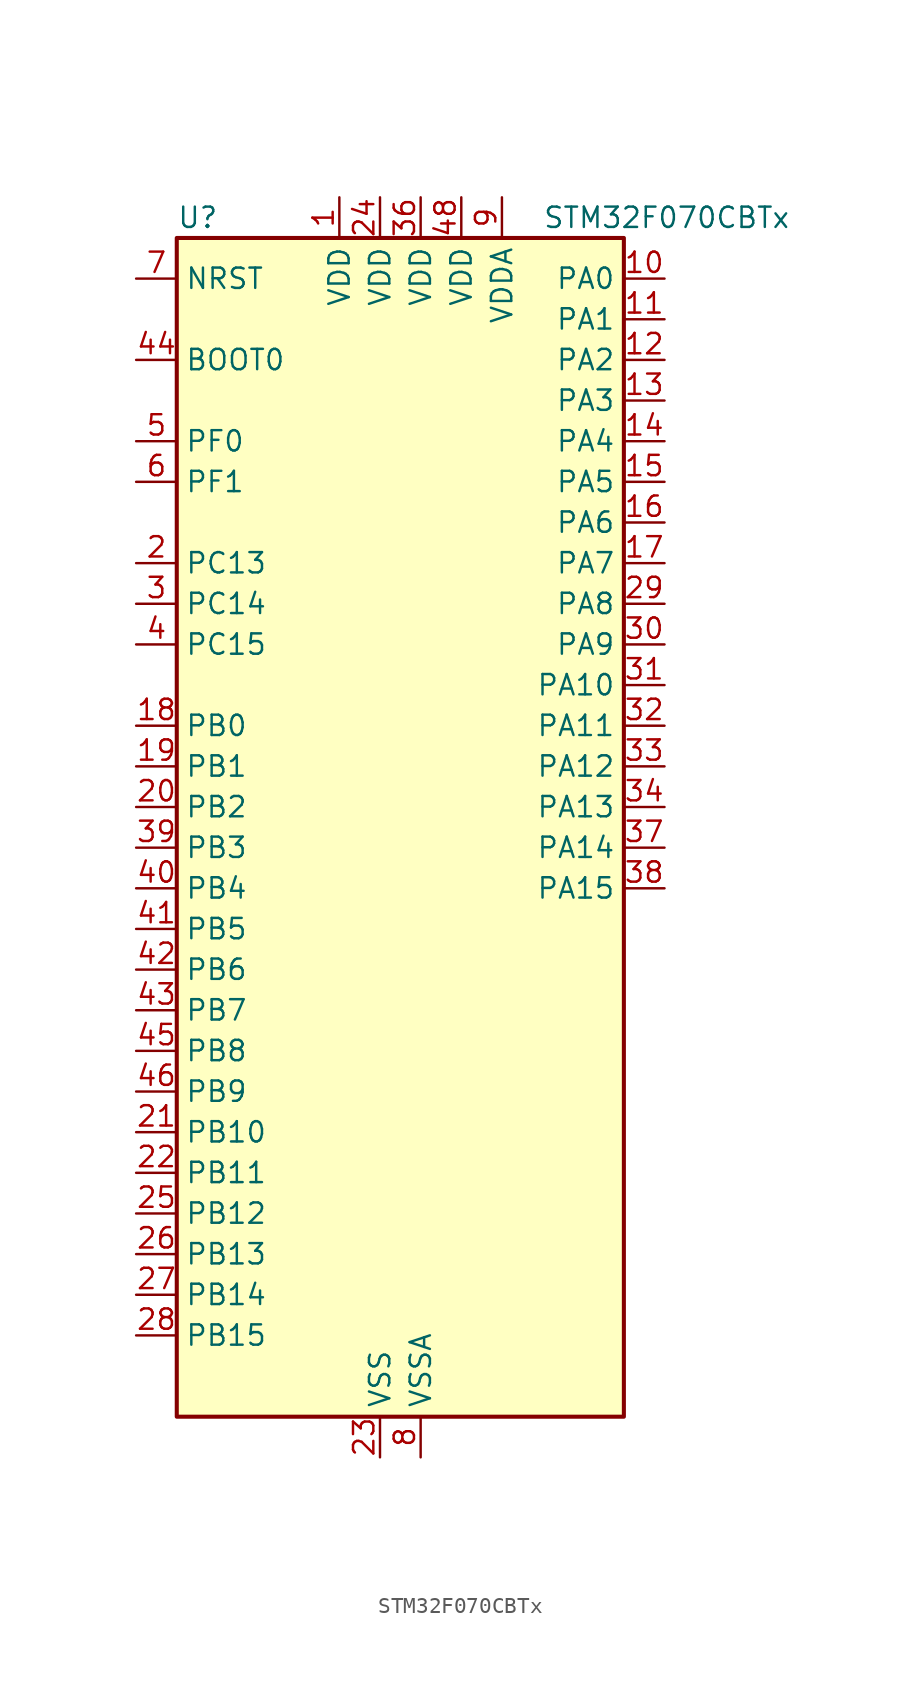
<source format=kicad_sym>
(kicad_symbol_lib
  (version 20231120)
  (generator "kicad_symbol_editor")
  (generator_version "8.0")
  (symbol "STM32F070CBTx"
    (property "Reference" "U"
      (at -12.7 39.37 0)
      (effects (font (size 1.27 1.27)) (justify left)))
    (property "Value" "STM32F070CBTx"
      (at 10.16 39.37 0)
      (effects (font (size 1.27 1.27)) (justify left)))
    (property "ki_locked" ""
      (at 0 0 0)
      (effects (font (size 1.27 1.27))))
    (symbol "STM32F070CBTx_0_1"
      (rectangle (start -12.7 -35.56) (end 15.24 38.1) (stroke (width 0.254) (type default)) (fill (type background))))
    (symbol "STM32F070CBTx_1_1"
      (pin power_in line (at -2.54 40.64 270) (length 2.54) (name "VDD" (effects (font (size 1.27 1.27)))) (number "1" (effects (font (size 1.27 1.27)))))
      (pin bidirectional line (at 17.78 35.56 180) (length 2.54) (name "PA0" (effects (font (size 1.27 1.27)))) (number "10" (effects (font (size 1.27 1.27)))) (alternate "ADC_IN0" bidirectional line) (alternate "RTC_TAMP2" bidirectional line) (alternate "SYS_WKUP1" bidirectional line) (alternate "USART2_CTS" bidirectional line) (alternate "USART4_TX" bidirectional line))
      (pin bidirectional line (at 17.78 33.02 180) (length 2.54) (name "PA1" (effects (font (size 1.27 1.27)))) (number "11" (effects (font (size 1.27 1.27)))) (alternate "ADC_IN1" bidirectional line) (alternate "TIM15_CH1N" bidirectional line) (alternate "USART2_DE" bidirectional line) (alternate "USART2_RTS" bidirectional line) (alternate "USART4_RX" bidirectional line))
      (pin bidirectional line (at 17.78 30.48 180) (length 2.54) (name "PA2" (effects (font (size 1.27 1.27)))) (number "12" (effects (font (size 1.27 1.27)))) (alternate "ADC_IN2" bidirectional line) (alternate "SYS_WKUP4" bidirectional line) (alternate "TIM15_CH1" bidirectional line) (alternate "USART2_TX" bidirectional line))
      (pin bidirectional line (at 17.78 27.94 180) (length 2.54) (name "PA3" (effects (font (size 1.27 1.27)))) (number "13" (effects (font (size 1.27 1.27)))) (alternate "ADC_IN3" bidirectional line) (alternate "TIM15_CH2" bidirectional line) (alternate "USART2_RX" bidirectional line))
      (pin bidirectional line (at 17.78 25.4 180) (length 2.54) (name "PA4" (effects (font (size 1.27 1.27)))) (number "14" (effects (font (size 1.27 1.27)))) (alternate "ADC_IN4" bidirectional line) (alternate "SPI1_NSS" bidirectional line) (alternate "TIM14_CH1" bidirectional line) (alternate "USART2_CK" bidirectional line))
      (pin bidirectional line (at 17.78 22.86 180) (length 2.54) (name "PA5" (effects (font (size 1.27 1.27)))) (number "15" (effects (font (size 1.27 1.27)))) (alternate "ADC_IN5" bidirectional line) (alternate "SPI1_SCK" bidirectional line))
      (pin bidirectional line (at 17.78 20.32 180) (length 2.54) (name "PA6" (effects (font (size 1.27 1.27)))) (number "16" (effects (font (size 1.27 1.27)))) (alternate "ADC_IN6" bidirectional line) (alternate "SPI1_MISO" bidirectional line) (alternate "TIM16_CH1" bidirectional line) (alternate "TIM1_BKIN" bidirectional line) (alternate "TIM3_CH1" bidirectional line) (alternate "USART3_CTS" bidirectional line))
      (pin bidirectional line (at 17.78 17.78 180) (length 2.54) (name "PA7" (effects (font (size 1.27 1.27)))) (number "17" (effects (font (size 1.27 1.27)))) (alternate "ADC_IN7" bidirectional line) (alternate "SPI1_MOSI" bidirectional line) (alternate "TIM14_CH1" bidirectional line) (alternate "TIM17_CH1" bidirectional line) (alternate "TIM1_CH1N" bidirectional line) (alternate "TIM3_CH2" bidirectional line))
      (pin bidirectional line (at -15.24 7.62 0) (length 2.54) (name "PB0" (effects (font (size 1.27 1.27)))) (number "18" (effects (font (size 1.27 1.27)))) (alternate "ADC_IN8" bidirectional line) (alternate "TIM1_CH2N" bidirectional line) (alternate "TIM3_CH3" bidirectional line) (alternate "USART3_CK" bidirectional line))
      (pin bidirectional line (at -15.24 5.08 0) (length 2.54) (name "PB1" (effects (font (size 1.27 1.27)))) (number "19" (effects (font (size 1.27 1.27)))) (alternate "ADC_IN9" bidirectional line) (alternate "TIM14_CH1" bidirectional line) (alternate "TIM1_CH3N" bidirectional line) (alternate "TIM3_CH4" bidirectional line) (alternate "USART3_DE" bidirectional line) (alternate "USART3_RTS" bidirectional line))
      (pin bidirectional line (at -15.24 17.78 0) (length 2.54) (name "PC13" (effects (font (size 1.27 1.27)))) (number "2" (effects (font (size 1.27 1.27)))) (alternate "RTC_OUT_ALARM" bidirectional line) (alternate "RTC_OUT_CALIB" bidirectional line) (alternate "RTC_TAMP1" bidirectional line) (alternate "RTC_TS" bidirectional line) (alternate "SYS_WKUP2" bidirectional line))
      (pin bidirectional line (at -15.24 2.54 0) (length 2.54) (name "PB2" (effects (font (size 1.27 1.27)))) (number "20" (effects (font (size 1.27 1.27)))))
      (pin bidirectional line (at -15.24 -17.78 0) (length 2.54) (name "PB10" (effects (font (size 1.27 1.27)))) (number "21" (effects (font (size 1.27 1.27)))) (alternate "I2C2_SCL" bidirectional line) (alternate "SPI2_SCK" bidirectional line) (alternate "USART3_TX" bidirectional line))
      (pin bidirectional line (at -15.24 -20.32 0) (length 2.54) (name "PB11" (effects (font (size 1.27 1.27)))) (number "22" (effects (font (size 1.27 1.27)))) (alternate "I2C2_SDA" bidirectional line) (alternate "USART3_RX" bidirectional line))
      (pin power_in line (at 0 -38.1 90) (length 2.54) (name "VSS" (effects (font (size 1.27 1.27)))) (number "23" (effects (font (size 1.27 1.27)))))
      (pin power_in line (at 0 40.64 270) (length 2.54) (name "VDD" (effects (font (size 1.27 1.27)))) (number "24" (effects (font (size 1.27 1.27)))))
      (pin bidirectional line (at -15.24 -22.86 0) (length 2.54) (name "PB12" (effects (font (size 1.27 1.27)))) (number "25" (effects (font (size 1.27 1.27)))) (alternate "SPI2_NSS" bidirectional line) (alternate "TIM15_BKIN" bidirectional line) (alternate "TIM1_BKIN" bidirectional line) (alternate "USART3_CK" bidirectional line))
      (pin bidirectional line (at -15.24 -25.4 0) (length 2.54) (name "PB13" (effects (font (size 1.27 1.27)))) (number "26" (effects (font (size 1.27 1.27)))) (alternate "I2C2_SCL" bidirectional line) (alternate "SPI2_SCK" bidirectional line) (alternate "TIM1_CH1N" bidirectional line) (alternate "USART3_CTS" bidirectional line))
      (pin bidirectional line (at -15.24 -27.94 0) (length 2.54) (name "PB14" (effects (font (size 1.27 1.27)))) (number "27" (effects (font (size 1.27 1.27)))) (alternate "I2C2_SDA" bidirectional line) (alternate "SPI2_MISO" bidirectional line) (alternate "TIM15_CH1" bidirectional line) (alternate "TIM1_CH2N" bidirectional line) (alternate "USART3_DE" bidirectional line) (alternate "USART3_RTS" bidirectional line))
      (pin bidirectional line (at -15.24 -30.48 0) (length 2.54) (name "PB15" (effects (font (size 1.27 1.27)))) (number "28" (effects (font (size 1.27 1.27)))) (alternate "RTC_REFIN" bidirectional line) (alternate "SPI2_MOSI" bidirectional line) (alternate "SYS_WKUP7" bidirectional line) (alternate "TIM15_CH1N" bidirectional line) (alternate "TIM15_CH2" bidirectional line) (alternate "TIM1_CH3N" bidirectional line))
      (pin bidirectional line (at 17.78 15.24 180) (length 2.54) (name "PA8" (effects (font (size 1.27 1.27)))) (number "29" (effects (font (size 1.27 1.27)))) (alternate "RCC_MCO" bidirectional line) (alternate "TIM1_CH1" bidirectional line) (alternate "USART1_CK" bidirectional line))
      (pin bidirectional line (at -15.24 15.24 0) (length 2.54) (name "PC14" (effects (font (size 1.27 1.27)))) (number "3" (effects (font (size 1.27 1.27)))) (alternate "RCC_OSC32_IN" bidirectional line))
      (pin bidirectional line (at 17.78 12.7 180) (length 2.54) (name "PA9" (effects (font (size 1.27 1.27)))) (number "30" (effects (font (size 1.27 1.27)))) (alternate "TIM15_BKIN" bidirectional line) (alternate "TIM1_CH2" bidirectional line) (alternate "USART1_TX" bidirectional line))
      (pin bidirectional line (at 17.78 10.16 180) (length 2.54) (name "PA10" (effects (font (size 1.27 1.27)))) (number "31" (effects (font (size 1.27 1.27)))) (alternate "TIM17_BKIN" bidirectional line) (alternate "TIM1_CH3" bidirectional line) (alternate "USART1_RX" bidirectional line))
      (pin bidirectional line (at 17.78 7.62 180) (length 2.54) (name "PA11" (effects (font (size 1.27 1.27)))) (number "32" (effects (font (size 1.27 1.27)))) (alternate "TIM1_CH4" bidirectional line) (alternate "USART1_CTS" bidirectional line) (alternate "USB_DM" bidirectional line))
      (pin bidirectional line (at 17.78 5.08 180) (length 2.54) (name "PA12" (effects (font (size 1.27 1.27)))) (number "33" (effects (font (size 1.27 1.27)))) (alternate "TIM1_ETR" bidirectional line) (alternate "USART1_DE" bidirectional line) (alternate "USART1_RTS" bidirectional line) (alternate "USB_DP" bidirectional line))
      (pin bidirectional line (at 17.78 2.54 180) (length 2.54) (name "PA13" (effects (font (size 1.27 1.27)))) (number "34" (effects (font (size 1.27 1.27)))) (alternate "IR_OUT" bidirectional line) (alternate "SYS_SWDIO" bidirectional line) (alternate "USB_NOE" bidirectional line))
      (pin passive line (at 0 -38.1 90) (length 2.54) hide (name "VSS" (effects (font (size 1.27 1.27)))) (number "35" (effects (font (size 1.27 1.27)))))
      (pin power_in line (at 2.54 40.64 270) (length 2.54) (name "VDD" (effects (font (size 1.27 1.27)))) (number "36" (effects (font (size 1.27 1.27)))))
      (pin bidirectional line (at 17.78 0 180) (length 2.54) (name "PA14" (effects (font (size 1.27 1.27)))) (number "37" (effects (font (size 1.27 1.27)))) (alternate "SYS_SWCLK" bidirectional line) (alternate "USART2_TX" bidirectional line))
      (pin bidirectional line (at 17.78 -2.54 180) (length 2.54) (name "PA15" (effects (font (size 1.27 1.27)))) (number "38" (effects (font (size 1.27 1.27)))) (alternate "SPI1_NSS" bidirectional line) (alternate "USART2_RX" bidirectional line) (alternate "USART4_DE" bidirectional line) (alternate "USART4_RTS" bidirectional line))
      (pin bidirectional line (at -15.24 0 0) (length 2.54) (name "PB3" (effects (font (size 1.27 1.27)))) (number "39" (effects (font (size 1.27 1.27)))) (alternate "SPI1_SCK" bidirectional line))
      (pin bidirectional line (at -15.24 12.7 0) (length 2.54) (name "PC15" (effects (font (size 1.27 1.27)))) (number "4" (effects (font (size 1.27 1.27)))) (alternate "RCC_OSC32_OUT" bidirectional line))
      (pin bidirectional line (at -15.24 -2.54 0) (length 2.54) (name "PB4" (effects (font (size 1.27 1.27)))) (number "40" (effects (font (size 1.27 1.27)))) (alternate "SPI1_MISO" bidirectional line) (alternate "TIM17_BKIN" bidirectional line) (alternate "TIM3_CH1" bidirectional line))
      (pin bidirectional line (at -15.24 -5.08 0) (length 2.54) (name "PB5" (effects (font (size 1.27 1.27)))) (number "41" (effects (font (size 1.27 1.27)))) (alternate "I2C1_SMBA" bidirectional line) (alternate "SPI1_MOSI" bidirectional line) (alternate "SYS_WKUP6" bidirectional line) (alternate "TIM16_BKIN" bidirectional line) (alternate "TIM3_CH2" bidirectional line))
      (pin bidirectional line (at -15.24 -7.62 0) (length 2.54) (name "PB6" (effects (font (size 1.27 1.27)))) (number "42" (effects (font (size 1.27 1.27)))) (alternate "I2C1_SCL" bidirectional line) (alternate "TIM16_CH1N" bidirectional line) (alternate "USART1_TX" bidirectional line))
      (pin bidirectional line (at -15.24 -10.16 0) (length 2.54) (name "PB7" (effects (font (size 1.27 1.27)))) (number "43" (effects (font (size 1.27 1.27)))) (alternate "I2C1_SDA" bidirectional line) (alternate "TIM17_CH1N" bidirectional line) (alternate "USART1_RX" bidirectional line) (alternate "USART4_CTS" bidirectional line))
      (pin input line (at -15.24 30.48 0) (length 2.54) (name "BOOT0" (effects (font (size 1.27 1.27)))) (number "44" (effects (font (size 1.27 1.27)))))
      (pin bidirectional line (at -15.24 -12.7 0) (length 2.54) (name "PB8" (effects (font (size 1.27 1.27)))) (number "45" (effects (font (size 1.27 1.27)))) (alternate "I2C1_SCL" bidirectional line) (alternate "TIM16_CH1" bidirectional line))
      (pin bidirectional line (at -15.24 -15.24 0) (length 2.54) (name "PB9" (effects (font (size 1.27 1.27)))) (number "46" (effects (font (size 1.27 1.27)))) (alternate "I2C1_SDA" bidirectional line) (alternate "IR_OUT" bidirectional line) (alternate "SPI2_NSS" bidirectional line) (alternate "TIM17_CH1" bidirectional line))
      (pin passive line (at 0 -38.1 90) (length 2.54) hide (name "VSS" (effects (font (size 1.27 1.27)))) (number "47" (effects (font (size 1.27 1.27)))))
      (pin power_in line (at 5.08 40.64 270) (length 2.54) (name "VDD" (effects (font (size 1.27 1.27)))) (number "48" (effects (font (size 1.27 1.27)))))
      (pin bidirectional line (at -15.24 25.4 0) (length 2.54) (name "PF0" (effects (font (size 1.27 1.27)))) (number "5" (effects (font (size 1.27 1.27)))) (alternate "RCC_OSC_IN" bidirectional line))
      (pin bidirectional line (at -15.24 22.86 0) (length 2.54) (name "PF1" (effects (font (size 1.27 1.27)))) (number "6" (effects (font (size 1.27 1.27)))) (alternate "RCC_OSC_OUT" bidirectional line))
      (pin input line (at -15.24 35.56 0) (length 2.54) (name "NRST" (effects (font (size 1.27 1.27)))) (number "7" (effects (font (size 1.27 1.27)))))
      (pin power_in line (at 2.54 -38.1 90) (length 2.54) (name "VSSA" (effects (font (size 1.27 1.27)))) (number "8" (effects (font (size 1.27 1.27)))))
      (pin power_in line (at 7.62 40.64 270) (length 2.54) (name "VDDA" (effects (font (size 1.27 1.27)))) (number "9" (effects (font (size 1.27 1.27))))))))
</source>
